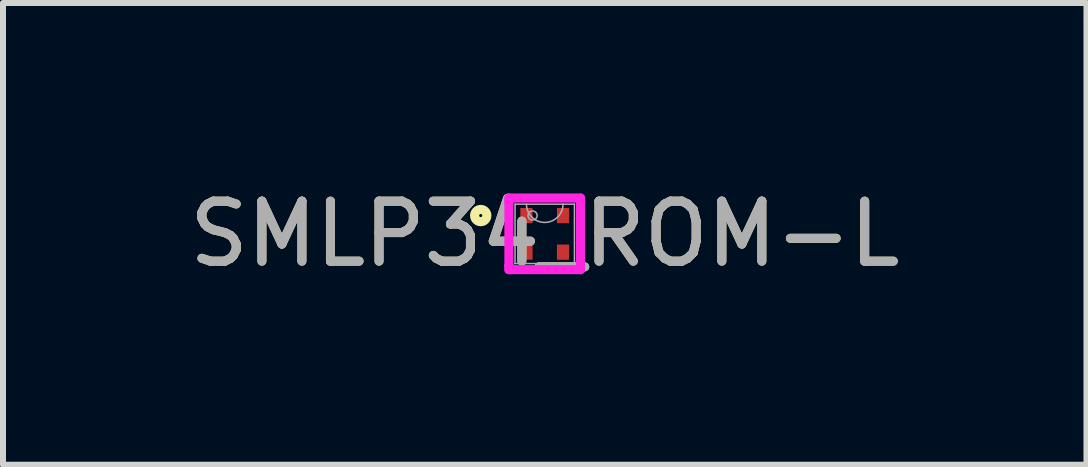
<source format=kicad_pcb>
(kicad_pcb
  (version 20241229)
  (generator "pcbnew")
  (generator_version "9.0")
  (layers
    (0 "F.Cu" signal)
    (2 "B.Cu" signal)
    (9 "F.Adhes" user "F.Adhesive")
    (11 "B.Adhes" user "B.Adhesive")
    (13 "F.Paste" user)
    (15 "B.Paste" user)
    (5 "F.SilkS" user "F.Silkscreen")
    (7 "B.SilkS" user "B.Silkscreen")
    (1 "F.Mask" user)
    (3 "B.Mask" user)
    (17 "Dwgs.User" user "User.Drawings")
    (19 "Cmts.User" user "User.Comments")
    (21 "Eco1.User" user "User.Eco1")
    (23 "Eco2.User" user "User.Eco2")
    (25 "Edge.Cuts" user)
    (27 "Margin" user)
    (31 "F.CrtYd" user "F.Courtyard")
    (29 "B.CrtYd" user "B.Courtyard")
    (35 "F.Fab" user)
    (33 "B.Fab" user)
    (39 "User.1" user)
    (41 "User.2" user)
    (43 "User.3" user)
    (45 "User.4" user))
  (footprint "SMLP34_ROM-L"
    (layer "F.Cu")
    (at 6.03 0.848)
    (property "Reference" "SMLP34_ROM-L" (at 0 0 0) (unlocked yes) (layer "F.SilkS") (effects (font (size 1 1) (thickness 0.15))))
    (attr smd)
    (fp_circle (center -1.067 -0.305) (end -0.965 -0.305) (stroke (width 0.152) (type solid)) (fill no) (layer "F.SilkS"))
    (fp_line (start -0.597 -0.597) (end 0.597 -0.597) (stroke (width 0.152) (type solid)) (layer "F.CrtYd"))
    (fp_line (start -0.597 -0.533) (end -0.597 -0.597) (stroke (width 0.152) (type solid)) (layer "F.CrtYd"))
    (fp_line (start -0.597 -0.533) (end -0.597 -0.533) (stroke (width 0.152) (type solid)) (layer "F.CrtYd"))
    (fp_line (start -0.597 0.533) (end -0.597 -0.533) (stroke (width 0.152) (type solid)) (layer "F.CrtYd"))
    (fp_line (start -0.597 0.533) (end -0.597 0.533) (stroke (width 0.152) (type solid)) (layer "F.CrtYd"))
    (fp_line (start -0.597 0.597) (end -0.597 0.533) (stroke (width 0.152) (type solid)) (layer "F.CrtYd"))
    (fp_line (start 0.597 -0.597) (end 0.597 -0.533) (stroke (width 0.152) (type solid)) (layer "F.CrtYd"))
    (fp_line (start 0.597 -0.533) (end 0.597 -0.533) (stroke (width 0.152) (type solid)) (layer "F.CrtYd"))
    (fp_line (start 0.597 -0.533) (end 0.597 0.533) (stroke (width 0.152) (type solid)) (layer "F.CrtYd"))
    (fp_line (start 0.597 0.533) (end 0.597 0.533) (stroke (width 0.152) (type solid)) (layer "F.CrtYd"))
    (fp_line (start 0.597 0.533) (end 0.597 0.597) (stroke (width 0.152) (type solid)) (layer "F.CrtYd"))
    (fp_line (start 0.597 0.597) (end -0.597 0.597) (stroke (width 0.152) (type solid)) (layer "F.CrtYd"))
    (fp_line (start -0.495 -0.495) (end -0.495 0.495) (stroke (width 0.025) (type solid)) (layer "F.Fab"))
    (fp_line (start -0.495 0.495) (end 0.495 0.495) (stroke (width 0.025) (type solid)) (layer "F.Fab"))
    (fp_line (start 0.495 -0.495) (end -0.495 -0.495) (stroke (width 0.025) (type solid)) (layer "F.Fab"))
    (fp_line (start 0.495 0.495) (end 0.495 -0.495) (stroke (width 0.025) (type solid)) (layer "F.Fab"))
    (fp_arc (start 0.3048 -0.4953) (mid 0 -0.1905) (end -0.3048 -0.4953) (stroke (width 0.0254) (type solid)) (layer "F.Fab"))
    (fp_circle (center -0.203 -0.305) (end -0.127 -0.305) (stroke (width 0.025) (type solid)) (fill no) (layer "F.Fab"))
    (fp_text user "${REFERENCE}" (at 0 0 0) (unlocked yes) (layer "F.Fab") (effects (font (size 1 1) (thickness 0.15))))
    (pad "1" smd rect (at -0.305 -0.305) (size 0.203 0.254) (layers "F.Cu" "F.Mask" "F.Paste"))
    (pad "2" smd rect (at -0.305 0.305) (size 0.203 0.254) (layers "F.Cu" "F.Mask" "F.Paste"))
    (pad "3" smd rect (at 0.305 0.305) (size 0.203 0.254) (layers "F.Cu" "F.Mask" "F.Paste"))
    (pad "4" smd rect (at 0.305 -0.305) (size 0.203 0.254) (layers "F.Cu" "F.Mask" "F.Paste")))
  (gr_rect
    (start -3 -3)
    (end 15.06 4.697)
    (stroke (width 0.1) (type default))
    (fill no)
    (layer "Edge.Cuts")))
</source>
